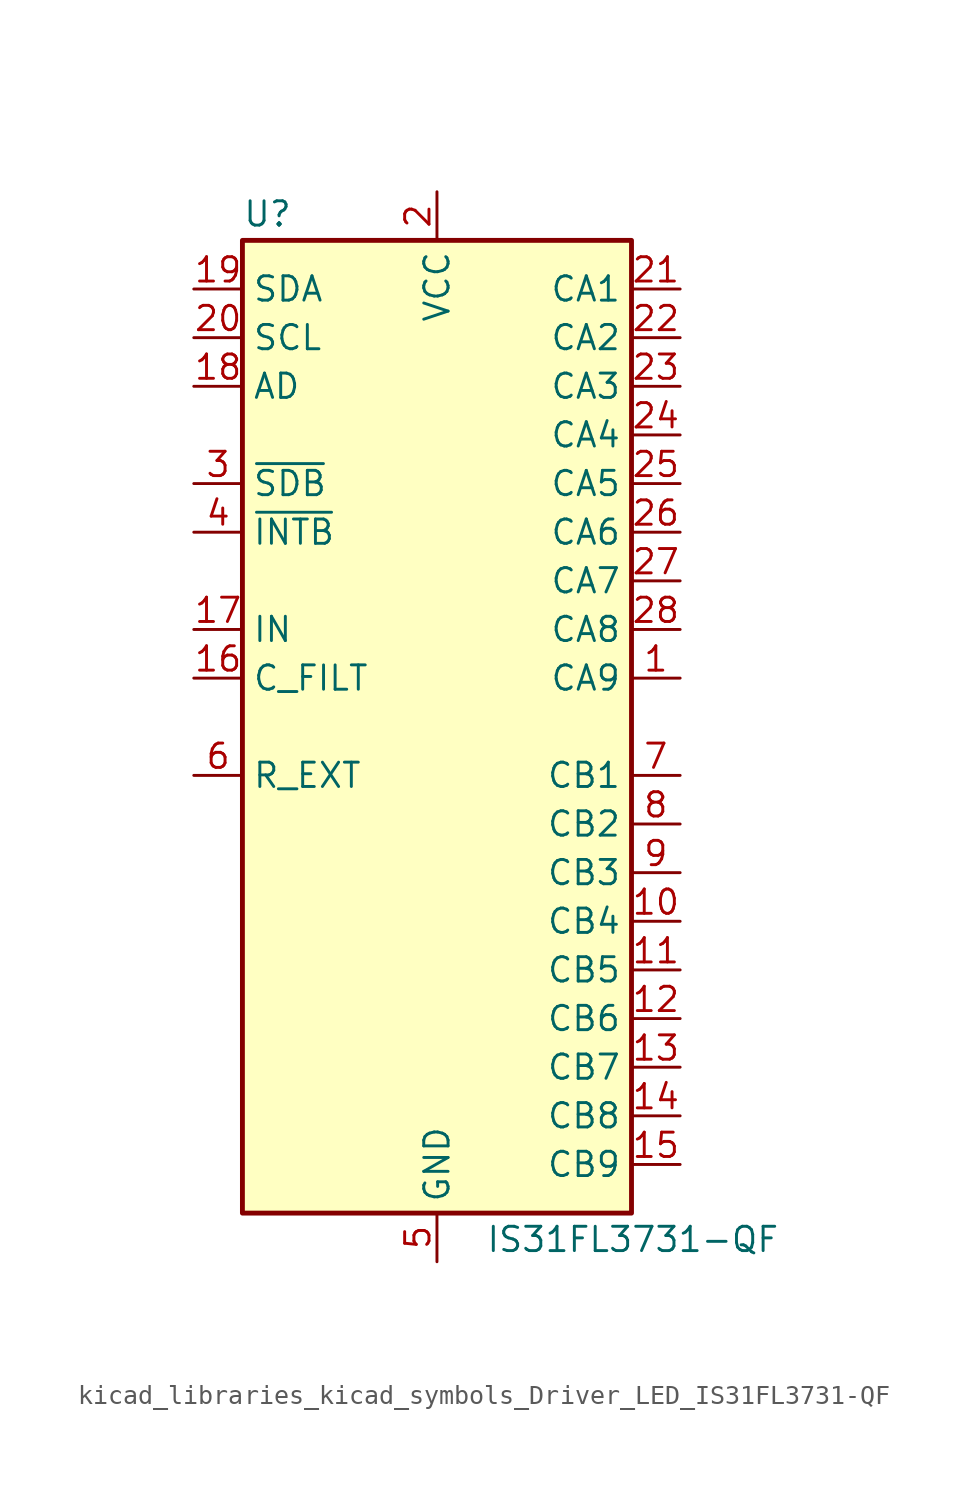
<source format=kicad_sym>
(kicad_symbol_lib
  (version 20220914)
  (generator kicad_symbol_editor)
  (symbol "kicad_libraries_kicad_symbols_Driver_LED_IS31FL3731-QF"
    (property "Reference" "U"
      (at -10.16 26.035 0)
      (effects (font (size 1.27 1.27)) (justify left bottom)))
    (property "Value" "IS31FL3731-QF"
      (at 2.54 -26.035 0)
      (effects (font (size 1.27 1.27)) (justify left top)))
    (symbol "kicad_libraries_kicad_symbols_Driver_LED_IS31FL3731-QF_0_1"
      (rectangle (start -10.16 25.4) (end 10.16 -25.4) (stroke (width 0.254) (type default)) (fill (type background))))
    (symbol "kicad_libraries_kicad_symbols_Driver_LED_IS31FL3731-QF_1_1"
      (pin bidirectional line (at 12.7 2.54 180) (length 2.54) (name "CA9" (effects (font (size 1.27 1.27)))) (number "1" (effects (font (size 1.27 1.27)))))
      (pin bidirectional line (at 12.7 -10.16 180) (length 2.54) (name "CB4" (effects (font (size 1.27 1.27)))) (number "10" (effects (font (size 1.27 1.27)))))
      (pin bidirectional line (at 12.7 -12.7 180) (length 2.54) (name "CB5" (effects (font (size 1.27 1.27)))) (number "11" (effects (font (size 1.27 1.27)))))
      (pin bidirectional line (at 12.7 -15.24 180) (length 2.54) (name "CB6" (effects (font (size 1.27 1.27)))) (number "12" (effects (font (size 1.27 1.27)))))
      (pin bidirectional line (at 12.7 -17.78 180) (length 2.54) (name "CB7" (effects (font (size 1.27 1.27)))) (number "13" (effects (font (size 1.27 1.27)))))
      (pin bidirectional line (at 12.7 -20.32 180) (length 2.54) (name "CB8" (effects (font (size 1.27 1.27)))) (number "14" (effects (font (size 1.27 1.27)))))
      (pin bidirectional line (at 12.7 -22.86 180) (length 2.54) (name "CB9" (effects (font (size 1.27 1.27)))) (number "15" (effects (font (size 1.27 1.27)))))
      (pin passive line (at -12.7 2.54 0) (length 2.54) (name "C_FILT" (effects (font (size 1.27 1.27)))) (number "16" (effects (font (size 1.27 1.27)))))
      (pin input line (at -12.7 5.08 0) (length 2.54) (name "IN" (effects (font (size 1.27 1.27)))) (number "17" (effects (font (size 1.27 1.27)))))
      (pin input line (at -12.7 17.78 0) (length 2.54) (name "AD" (effects (font (size 1.27 1.27)))) (number "18" (effects (font (size 1.27 1.27)))))
      (pin bidirectional line (at -12.7 22.86 0) (length 2.54) (name "SDA" (effects (font (size 1.27 1.27)))) (number "19" (effects (font (size 1.27 1.27)))))
      (pin power_in line (at 0 27.94 270) (length 2.54) (name "VCC" (effects (font (size 1.27 1.27)))) (number "2" (effects (font (size 1.27 1.27)))))
      (pin input line (at -12.7 20.32 0) (length 2.54) (name "SCL" (effects (font (size 1.27 1.27)))) (number "20" (effects (font (size 1.27 1.27)))))
      (pin bidirectional line (at 12.7 22.86 180) (length 2.54) (name "CA1" (effects (font (size 1.27 1.27)))) (number "21" (effects (font (size 1.27 1.27)))))
      (pin bidirectional line (at 12.7 20.32 180) (length 2.54) (name "CA2" (effects (font (size 1.27 1.27)))) (number "22" (effects (font (size 1.27 1.27)))))
      (pin bidirectional line (at 12.7 17.78 180) (length 2.54) (name "CA3" (effects (font (size 1.27 1.27)))) (number "23" (effects (font (size 1.27 1.27)))))
      (pin bidirectional line (at 12.7 15.24 180) (length 2.54) (name "CA4" (effects (font (size 1.27 1.27)))) (number "24" (effects (font (size 1.27 1.27)))))
      (pin bidirectional line (at 12.7 12.7 180) (length 2.54) (name "CA5" (effects (font (size 1.27 1.27)))) (number "25" (effects (font (size 1.27 1.27)))))
      (pin bidirectional line (at 12.7 10.16 180) (length 2.54) (name "CA6" (effects (font (size 1.27 1.27)))) (number "26" (effects (font (size 1.27 1.27)))))
      (pin bidirectional line (at 12.7 7.62 180) (length 2.54) (name "CA7" (effects (font (size 1.27 1.27)))) (number "27" (effects (font (size 1.27 1.27)))))
      (pin bidirectional line (at 12.7 5.08 180) (length 2.54) (name "CA8" (effects (font (size 1.27 1.27)))) (number "28" (effects (font (size 1.27 1.27)))))
      (pin passive line (at 0 -27.94 90) (length 2.54) hide (name "GND" (effects (font (size 1.27 1.27)))) (number "29" (effects (font (size 1.27 1.27)))))
      (pin input line (at -12.7 12.7 0) (length 2.54) (name "~{SDB}" (effects (font (size 1.27 1.27)))) (number "3" (effects (font (size 1.27 1.27)))))
      (pin open_collector line (at -12.7 10.16 0) (length 2.54) (name "~{INTB}" (effects (font (size 1.27 1.27)))) (number "4" (effects (font (size 1.27 1.27)))))
      (pin power_in line (at 0 -27.94 90) (length 2.54) (name "GND" (effects (font (size 1.27 1.27)))) (number "5" (effects (font (size 1.27 1.27)))))
      (pin passive line (at -12.7 -2.54 0) (length 2.54) (name "R_EXT" (effects (font (size 1.27 1.27)))) (number "6" (effects (font (size 1.27 1.27)))))
      (pin bidirectional line (at 12.7 -2.54 180) (length 2.54) (name "CB1" (effects (font (size 1.27 1.27)))) (number "7" (effects (font (size 1.27 1.27)))))
      (pin bidirectional line (at 12.7 -5.08 180) (length 2.54) (name "CB2" (effects (font (size 1.27 1.27)))) (number "8" (effects (font (size 1.27 1.27)))))
      (pin bidirectional line (at 12.7 -7.62 180) (length 2.54) (name "CB3" (effects (font (size 1.27 1.27)))) (number "9" (effects (font (size 1.27 1.27))))))))
</source>
